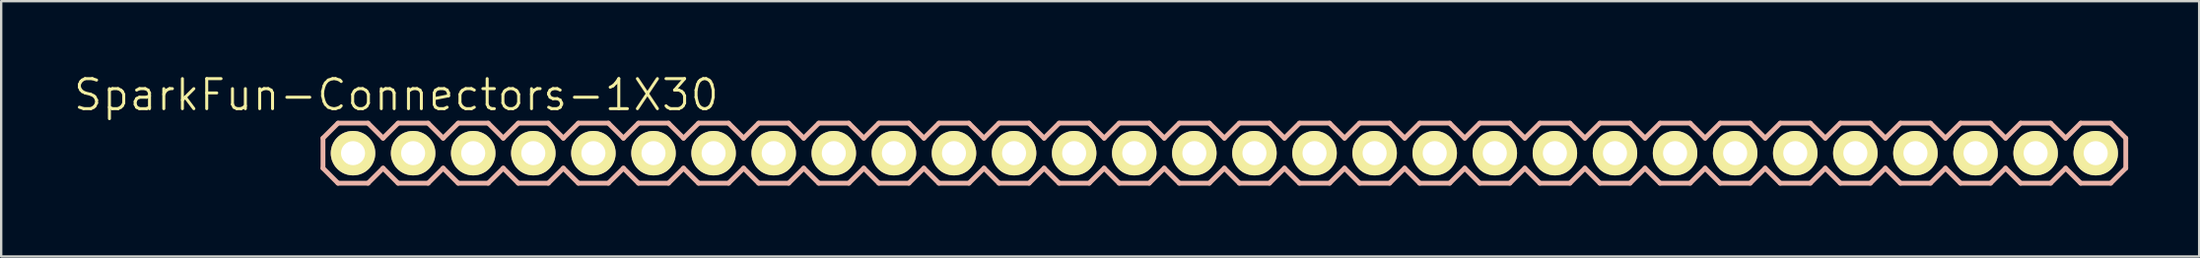
<source format=kicad_pcb>
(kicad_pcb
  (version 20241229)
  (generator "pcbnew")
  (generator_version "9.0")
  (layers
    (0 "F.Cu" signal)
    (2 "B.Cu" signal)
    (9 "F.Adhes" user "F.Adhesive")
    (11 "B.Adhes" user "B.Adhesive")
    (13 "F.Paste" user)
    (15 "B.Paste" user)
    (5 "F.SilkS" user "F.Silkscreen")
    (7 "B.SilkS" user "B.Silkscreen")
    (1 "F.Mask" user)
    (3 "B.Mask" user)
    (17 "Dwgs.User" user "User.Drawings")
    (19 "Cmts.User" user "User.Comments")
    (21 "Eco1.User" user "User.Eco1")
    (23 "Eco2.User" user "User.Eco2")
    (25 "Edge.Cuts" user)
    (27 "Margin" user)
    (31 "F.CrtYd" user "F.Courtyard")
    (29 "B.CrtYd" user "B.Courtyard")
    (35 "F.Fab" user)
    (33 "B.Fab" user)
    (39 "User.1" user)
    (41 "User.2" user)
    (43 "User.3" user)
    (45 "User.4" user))
  (footprint "SparkFun-Connectors-1X30"
    (layer "F.Cu")
    (at 11.872 3.43)
    (property "Reference" "SparkFun-Connectors-1X30" (at 1.829 -2.464 0) (layer "F.SilkS") (effects (font (size 1.27 1.27) (thickness 0.127))))
    (attr exclude_from_pos_files exclude_from_bom)
    (fp_line (start -0.254 -0.254) (end 0.254 -0.254) (stroke (width 0.066) (type solid)) (layer "F.SilkS"))
    (fp_line (start -0.254 0.254) (end -0.254 -0.254) (stroke (width 0.066) (type solid)) (layer "F.SilkS"))
    (fp_line (start -0.254 0.254) (end 0.254 0.254) (stroke (width 0.066) (type solid)) (layer "F.SilkS"))
    (fp_line (start 0.254 0.254) (end 0.254 -0.254) (stroke (width 0.066) (type solid)) (layer "F.SilkS"))
    (fp_line (start 2.286 -0.254) (end 2.794 -0.254) (stroke (width 0.066) (type solid)) (layer "F.SilkS"))
    (fp_line (start 2.286 0.254) (end 2.286 -0.254) (stroke (width 0.066) (type solid)) (layer "F.SilkS"))
    (fp_line (start 2.286 0.254) (end 2.794 0.254) (stroke (width 0.066) (type solid)) (layer "F.SilkS"))
    (fp_line (start 2.794 0.254) (end 2.794 -0.254) (stroke (width 0.066) (type solid)) (layer "F.SilkS"))
    (fp_line (start 4.826 -0.254) (end 5.334 -0.254) (stroke (width 0.066) (type solid)) (layer "F.SilkS"))
    (fp_line (start 4.826 0.254) (end 4.826 -0.254) (stroke (width 0.066) (type solid)) (layer "F.SilkS"))
    (fp_line (start 4.826 0.254) (end 5.334 0.254) (stroke (width 0.066) (type solid)) (layer "F.SilkS"))
    (fp_line (start 5.334 0.254) (end 5.334 -0.254) (stroke (width 0.066) (type solid)) (layer "F.SilkS"))
    (fp_line (start 7.366 -0.254) (end 7.874 -0.254) (stroke (width 0.066) (type solid)) (layer "F.SilkS"))
    (fp_line (start 7.366 0.254) (end 7.366 -0.254) (stroke (width 0.066) (type solid)) (layer "F.SilkS"))
    (fp_line (start 7.366 0.254) (end 7.874 0.254) (stroke (width 0.066) (type solid)) (layer "F.SilkS"))
    (fp_line (start 7.874 0.254) (end 7.874 -0.254) (stroke (width 0.066) (type solid)) (layer "F.SilkS"))
    (fp_line (start 9.906 -0.254) (end 10.414 -0.254) (stroke (width 0.066) (type solid)) (layer "F.SilkS"))
    (fp_line (start 9.906 0.254) (end 9.906 -0.254) (stroke (width 0.066) (type solid)) (layer "F.SilkS"))
    (fp_line (start 9.906 0.254) (end 10.414 0.254) (stroke (width 0.066) (type solid)) (layer "F.SilkS"))
    (fp_line (start 10.414 0.254) (end 10.414 -0.254) (stroke (width 0.066) (type solid)) (layer "F.SilkS"))
    (fp_line (start 12.446 -0.254) (end 12.954 -0.254) (stroke (width 0.066) (type solid)) (layer "F.SilkS"))
    (fp_line (start 12.446 0.254) (end 12.446 -0.254) (stroke (width 0.066) (type solid)) (layer "F.SilkS"))
    (fp_line (start 12.446 0.254) (end 12.954 0.254) (stroke (width 0.066) (type solid)) (layer "F.SilkS"))
    (fp_line (start 12.954 0.254) (end 12.954 -0.254) (stroke (width 0.066) (type solid)) (layer "F.SilkS"))
    (fp_line (start 14.986 -0.254) (end 15.494 -0.254) (stroke (width 0.066) (type solid)) (layer "F.SilkS"))
    (fp_line (start 14.986 0.254) (end 14.986 -0.254) (stroke (width 0.066) (type solid)) (layer "F.SilkS"))
    (fp_line (start 14.986 0.254) (end 15.494 0.254) (stroke (width 0.066) (type solid)) (layer "F.SilkS"))
    (fp_line (start 15.494 0.254) (end 15.494 -0.254) (stroke (width 0.066) (type solid)) (layer "F.SilkS"))
    (fp_line (start 17.523 -0.254) (end 18.034 -0.254) (stroke (width 0.066) (type solid)) (layer "F.SilkS"))
    (fp_line (start 17.523 0.254) (end 17.523 -0.254) (stroke (width 0.066) (type solid)) (layer "F.SilkS"))
    (fp_line (start 17.523 0.254) (end 18.034 0.254) (stroke (width 0.066) (type solid)) (layer "F.SilkS"))
    (fp_line (start 18.034 0.254) (end 18.034 -0.254) (stroke (width 0.066) (type solid)) (layer "F.SilkS"))
    (fp_line (start 20.066 -0.254) (end 20.574 -0.254) (stroke (width 0.066) (type solid)) (layer "F.SilkS"))
    (fp_line (start 20.066 0.254) (end 20.066 -0.254) (stroke (width 0.066) (type solid)) (layer "F.SilkS"))
    (fp_line (start 20.066 0.254) (end 20.574 0.254) (stroke (width 0.066) (type solid)) (layer "F.SilkS"))
    (fp_line (start 20.574 0.254) (end 20.574 -0.254) (stroke (width 0.066) (type solid)) (layer "F.SilkS"))
    (fp_line (start 22.606 -0.254) (end 23.114 -0.254) (stroke (width 0.066) (type solid)) (layer "F.SilkS"))
    (fp_line (start 22.606 0.254) (end 22.606 -0.254) (stroke (width 0.066) (type solid)) (layer "F.SilkS"))
    (fp_line (start 22.606 0.254) (end 23.114 0.254) (stroke (width 0.066) (type solid)) (layer "F.SilkS"))
    (fp_line (start 23.114 0.254) (end 23.114 -0.254) (stroke (width 0.066) (type solid)) (layer "F.SilkS"))
    (fp_line (start 25.146 -0.254) (end 25.654 -0.254) (stroke (width 0.066) (type solid)) (layer "F.SilkS"))
    (fp_line (start 25.146 0.254) (end 25.146 -0.254) (stroke (width 0.066) (type solid)) (layer "F.SilkS"))
    (fp_line (start 25.146 0.254) (end 25.654 0.254) (stroke (width 0.066) (type solid)) (layer "F.SilkS"))
    (fp_line (start 25.654 0.254) (end 25.654 -0.254) (stroke (width 0.066) (type solid)) (layer "F.SilkS"))
    (fp_line (start 27.686 -0.254) (end 28.194 -0.254) (stroke (width 0.066) (type solid)) (layer "F.SilkS"))
    (fp_line (start 27.686 0.254) (end 27.686 -0.254) (stroke (width 0.066) (type solid)) (layer "F.SilkS"))
    (fp_line (start 27.686 0.254) (end 28.194 0.254) (stroke (width 0.066) (type solid)) (layer "F.SilkS"))
    (fp_line (start 28.194 0.254) (end 28.194 -0.254) (stroke (width 0.066) (type solid)) (layer "F.SilkS"))
    (fp_line (start 30.226 -0.254) (end 30.734 -0.254) (stroke (width 0.066) (type solid)) (layer "F.SilkS"))
    (fp_line (start 30.226 0.254) (end 30.226 -0.254) (stroke (width 0.066) (type solid)) (layer "F.SilkS"))
    (fp_line (start 30.226 0.254) (end 30.734 0.254) (stroke (width 0.066) (type solid)) (layer "F.SilkS"))
    (fp_line (start 30.734 0.254) (end 30.734 -0.254) (stroke (width 0.066) (type solid)) (layer "F.SilkS"))
    (fp_line (start 32.766 -0.254) (end 33.274 -0.254) (stroke (width 0.066) (type solid)) (layer "F.SilkS"))
    (fp_line (start 32.766 0.254) (end 32.766 -0.254) (stroke (width 0.066) (type solid)) (layer "F.SilkS"))
    (fp_line (start 32.766 0.254) (end 33.274 0.254) (stroke (width 0.066) (type solid)) (layer "F.SilkS"))
    (fp_line (start 33.274 0.254) (end 33.274 -0.254) (stroke (width 0.066) (type solid)) (layer "F.SilkS"))
    (fp_line (start 35.303 -0.254) (end 35.814 -0.254) (stroke (width 0.066) (type solid)) (layer "F.SilkS"))
    (fp_line (start 35.303 0.254) (end 35.303 -0.254) (stroke (width 0.066) (type solid)) (layer "F.SilkS"))
    (fp_line (start 35.303 0.254) (end 35.814 0.254) (stroke (width 0.066) (type solid)) (layer "F.SilkS"))
    (fp_line (start 35.814 0.254) (end 35.814 -0.254) (stroke (width 0.066) (type solid)) (layer "F.SilkS"))
    (fp_line (start 37.846 -0.254) (end 38.354 -0.254) (stroke (width 0.066) (type solid)) (layer "F.SilkS"))
    (fp_line (start 37.846 0.254) (end 37.846 -0.254) (stroke (width 0.066) (type solid)) (layer "F.SilkS"))
    (fp_line (start 37.846 0.254) (end 38.354 0.254) (stroke (width 0.066) (type solid)) (layer "F.SilkS"))
    (fp_line (start 38.354 0.254) (end 38.354 -0.254) (stroke (width 0.066) (type solid)) (layer "F.SilkS"))
    (fp_line (start 40.386 -0.254) (end 40.894 -0.254) (stroke (width 0.066) (type solid)) (layer "F.SilkS"))
    (fp_line (start 40.386 0.254) (end 40.386 -0.254) (stroke (width 0.066) (type solid)) (layer "F.SilkS"))
    (fp_line (start 40.386 0.254) (end 40.894 0.254) (stroke (width 0.066) (type solid)) (layer "F.SilkS"))
    (fp_line (start 40.894 0.254) (end 40.894 -0.254) (stroke (width 0.066) (type solid)) (layer "F.SilkS"))
    (fp_line (start 42.926 -0.254) (end 43.434 -0.254) (stroke (width 0.066) (type solid)) (layer "F.SilkS"))
    (fp_line (start 42.926 0.254) (end 42.926 -0.254) (stroke (width 0.066) (type solid)) (layer "F.SilkS"))
    (fp_line (start 42.926 0.254) (end 43.434 0.254) (stroke (width 0.066) (type solid)) (layer "F.SilkS"))
    (fp_line (start 43.434 0.254) (end 43.434 -0.254) (stroke (width 0.066) (type solid)) (layer "F.SilkS"))
    (fp_line (start 45.466 -0.254) (end 45.974 -0.254) (stroke (width 0.066) (type solid)) (layer "F.SilkS"))
    (fp_line (start 45.466 0.254) (end 45.466 -0.254) (stroke (width 0.066) (type solid)) (layer "F.SilkS"))
    (fp_line (start 45.466 0.254) (end 45.974 0.254) (stroke (width 0.066) (type solid)) (layer "F.SilkS"))
    (fp_line (start 45.974 0.254) (end 45.974 -0.254) (stroke (width 0.066) (type solid)) (layer "F.SilkS"))
    (fp_line (start 48.006 -0.254) (end 48.514 -0.254) (stroke (width 0.066) (type solid)) (layer "F.SilkS"))
    (fp_line (start 48.006 0.254) (end 48.006 -0.254) (stroke (width 0.066) (type solid)) (layer "F.SilkS"))
    (fp_line (start 48.006 0.254) (end 48.514 0.254) (stroke (width 0.066) (type solid)) (layer "F.SilkS"))
    (fp_line (start 48.514 0.254) (end 48.514 -0.254) (stroke (width 0.066) (type solid)) (layer "F.SilkS"))
    (fp_line (start 50.546 -0.254) (end 51.051 -0.254) (stroke (width 0.066) (type solid)) (layer "F.SilkS"))
    (fp_line (start 50.546 0.254) (end 50.546 -0.254) (stroke (width 0.066) (type solid)) (layer "F.SilkS"))
    (fp_line (start 50.546 0.254) (end 51.051 0.254) (stroke (width 0.066) (type solid)) (layer "F.SilkS"))
    (fp_line (start 51.051 0.254) (end 51.051 -0.254) (stroke (width 0.066) (type solid)) (layer "F.SilkS"))
    (fp_line (start 53.086 -0.254) (end 53.594 -0.254) (stroke (width 0.066) (type solid)) (layer "F.SilkS"))
    (fp_line (start 53.086 0.254) (end 53.086 -0.254) (stroke (width 0.066) (type solid)) (layer "F.SilkS"))
    (fp_line (start 53.086 0.254) (end 53.594 0.254) (stroke (width 0.066) (type solid)) (layer "F.SilkS"))
    (fp_line (start 53.594 0.254) (end 53.594 -0.254) (stroke (width 0.066) (type solid)) (layer "F.SilkS"))
    (fp_line (start 55.626 -0.254) (end 56.134 -0.254) (stroke (width 0.066) (type solid)) (layer "F.SilkS"))
    (fp_line (start 55.626 0.254) (end 55.626 -0.254) (stroke (width 0.066) (type solid)) (layer "F.SilkS"))
    (fp_line (start 55.626 0.254) (end 56.134 0.254) (stroke (width 0.066) (type solid)) (layer "F.SilkS"))
    (fp_line (start 56.134 0.254) (end 56.134 -0.254) (stroke (width 0.066) (type solid)) (layer "F.SilkS"))
    (fp_line (start 58.166 -0.254) (end 58.674 -0.254) (stroke (width 0.066) (type solid)) (layer "F.SilkS"))
    (fp_line (start 58.166 0.254) (end 58.166 -0.254) (stroke (width 0.066) (type solid)) (layer "F.SilkS"))
    (fp_line (start 58.166 0.254) (end 58.674 0.254) (stroke (width 0.066) (type solid)) (layer "F.SilkS"))
    (fp_line (start 58.674 0.254) (end 58.674 -0.254) (stroke (width 0.066) (type solid)) (layer "F.SilkS"))
    (fp_line (start 60.706 -0.254) (end 61.214 -0.254) (stroke (width 0.066) (type solid)) (layer "F.SilkS"))
    (fp_line (start 60.706 0.254) (end 60.706 -0.254) (stroke (width 0.066) (type solid)) (layer "F.SilkS"))
    (fp_line (start 60.706 0.254) (end 61.214 0.254) (stroke (width 0.066) (type solid)) (layer "F.SilkS"))
    (fp_line (start 61.214 0.254) (end 61.214 -0.254) (stroke (width 0.066) (type solid)) (layer "F.SilkS"))
    (fp_line (start 63.246 -0.254) (end 63.751 -0.254) (stroke (width 0.066) (type solid)) (layer "F.SilkS"))
    (fp_line (start 63.246 0.254) (end 63.246 -0.254) (stroke (width 0.066) (type solid)) (layer "F.SilkS"))
    (fp_line (start 63.246 0.254) (end 63.751 0.254) (stroke (width 0.066) (type solid)) (layer "F.SilkS"))
    (fp_line (start 63.751 0.254) (end 63.751 -0.254) (stroke (width 0.066) (type solid)) (layer "F.SilkS"))
    (fp_line (start 65.786 -0.254) (end 66.294 -0.254) (stroke (width 0.066) (type solid)) (layer "F.SilkS"))
    (fp_line (start 65.786 0.254) (end 65.786 -0.254) (stroke (width 0.066) (type solid)) (layer "F.SilkS"))
    (fp_line (start 65.786 0.254) (end 66.294 0.254) (stroke (width 0.066) (type solid)) (layer "F.SilkS"))
    (fp_line (start 66.294 0.254) (end 66.294 -0.254) (stroke (width 0.066) (type solid)) (layer "F.SilkS"))
    (fp_line (start 68.326 -0.254) (end 68.834 -0.254) (stroke (width 0.066) (type solid)) (layer "F.SilkS"))
    (fp_line (start 68.326 0.254) (end 68.326 -0.254) (stroke (width 0.066) (type solid)) (layer "F.SilkS"))
    (fp_line (start 68.326 0.254) (end 68.834 0.254) (stroke (width 0.066) (type solid)) (layer "F.SilkS"))
    (fp_line (start 68.834 0.254) (end 68.834 -0.254) (stroke (width 0.066) (type solid)) (layer "F.SilkS"))
    (fp_line (start 70.866 -0.254) (end 71.374 -0.254) (stroke (width 0.066) (type solid)) (layer "F.SilkS"))
    (fp_line (start 70.866 0.254) (end 70.866 -0.254) (stroke (width 0.066) (type solid)) (layer "F.SilkS"))
    (fp_line (start 70.866 0.254) (end 71.374 0.254) (stroke (width 0.066) (type solid)) (layer "F.SilkS"))
    (fp_line (start 71.374 0.254) (end 71.374 -0.254) (stroke (width 0.066) (type solid)) (layer "F.SilkS"))
    (fp_line (start 73.406 -0.254) (end 73.914 -0.254) (stroke (width 0.066) (type solid)) (layer "F.SilkS"))
    (fp_line (start 73.406 0.254) (end 73.406 -0.254) (stroke (width 0.066) (type solid)) (layer "F.SilkS"))
    (fp_line (start 73.406 0.254) (end 73.914 0.254) (stroke (width 0.066) (type solid)) (layer "F.SilkS"))
    (fp_line (start 73.914 0.254) (end 73.914 -0.254) (stroke (width 0.066) (type solid)) (layer "F.SilkS"))
    (fp_line (start -1.27 -0.635) (end -1.27 0.635) (stroke (width 0.203) (type solid)) (layer "B.SilkS"))
    (fp_line (start -1.27 0.635) (end -0.635 1.27) (stroke (width 0.203) (type solid)) (layer "B.SilkS"))
    (fp_line (start -0.635 -1.27) (end -1.27 -0.635) (stroke (width 0.203) (type solid)) (layer "B.SilkS"))
    (fp_line (start -0.635 -1.27) (end 0.635 -1.27) (stroke (width 0.203) (type solid)) (layer "B.SilkS"))
    (fp_line (start 0.635 -1.27) (end 1.27 -0.635) (stroke (width 0.203) (type solid)) (layer "B.SilkS"))
    (fp_line (start 0.635 1.27) (end -0.635 1.27) (stroke (width 0.203) (type solid)) (layer "B.SilkS"))
    (fp_line (start 1.27 -0.635) (end 1.905 -1.27) (stroke (width 0.203) (type solid)) (layer "B.SilkS"))
    (fp_line (start 1.27 0.635) (end 0.635 1.27) (stroke (width 0.203) (type solid)) (layer "B.SilkS"))
    (fp_line (start 1.905 -1.27) (end 3.175 -1.27) (stroke (width 0.203) (type solid)) (layer "B.SilkS"))
    (fp_line (start 1.905 1.27) (end 1.27 0.635) (stroke (width 0.203) (type solid)) (layer "B.SilkS"))
    (fp_line (start 3.175 -1.27) (end 3.81 -0.635) (stroke (width 0.203) (type solid)) (layer "B.SilkS"))
    (fp_line (start 3.175 1.27) (end 1.905 1.27) (stroke (width 0.203) (type solid)) (layer "B.SilkS"))
    (fp_line (start 3.81 -0.635) (end 4.445 -1.27) (stroke (width 0.203) (type solid)) (layer "B.SilkS"))
    (fp_line (start 3.81 0.635) (end 3.175 1.27) (stroke (width 0.203) (type solid)) (layer "B.SilkS"))
    (fp_line (start 4.445 -1.27) (end 5.715 -1.27) (stroke (width 0.203) (type solid)) (layer "B.SilkS"))
    (fp_line (start 4.445 1.27) (end 3.81 0.635) (stroke (width 0.203) (type solid)) (layer "B.SilkS"))
    (fp_line (start 5.715 -1.27) (end 6.35 -0.635) (stroke (width 0.203) (type solid)) (layer "B.SilkS"))
    (fp_line (start 5.715 1.27) (end 4.445 1.27) (stroke (width 0.203) (type solid)) (layer "B.SilkS"))
    (fp_line (start 6.35 0.635) (end 5.715 1.27) (stroke (width 0.203) (type solid)) (layer "B.SilkS"))
    (fp_line (start 6.35 0.635) (end 6.985 1.27) (stroke (width 0.203) (type solid)) (layer "B.SilkS"))
    (fp_line (start 6.985 -1.27) (end 6.35 -0.635) (stroke (width 0.203) (type solid)) (layer "B.SilkS"))
    (fp_line (start 6.985 -1.27) (end 8.255 -1.27) (stroke (width 0.203) (type solid)) (layer "B.SilkS"))
    (fp_line (start 8.255 -1.27) (end 8.89 -0.635) (stroke (width 0.203) (type solid)) (layer "B.SilkS"))
    (fp_line (start 8.255 1.27) (end 6.985 1.27) (stroke (width 0.203) (type solid)) (layer "B.SilkS"))
    (fp_line (start 8.89 -0.635) (end 9.525 -1.27) (stroke (width 0.203) (type solid)) (layer "B.SilkS"))
    (fp_line (start 8.89 0.635) (end 8.255 1.27) (stroke (width 0.203) (type solid)) (layer "B.SilkS"))
    (fp_line (start 9.525 -1.27) (end 10.795 -1.27) (stroke (width 0.203) (type solid)) (layer "B.SilkS"))
    (fp_line (start 9.525 1.27) (end 8.89 0.635) (stroke (width 0.203) (type solid)) (layer "B.SilkS"))
    (fp_line (start 10.795 -1.27) (end 11.43 -0.635) (stroke (width 0.203) (type solid)) (layer "B.SilkS"))
    (fp_line (start 10.795 1.27) (end 9.525 1.27) (stroke (width 0.203) (type solid)) (layer "B.SilkS"))
    (fp_line (start 11.43 -0.635) (end 12.065 -1.27) (stroke (width 0.203) (type solid)) (layer "B.SilkS"))
    (fp_line (start 11.43 0.635) (end 10.795 1.27) (stroke (width 0.203) (type solid)) (layer "B.SilkS"))
    (fp_line (start 12.065 -1.27) (end 13.335 -1.27) (stroke (width 0.203) (type solid)) (layer "B.SilkS"))
    (fp_line (start 12.065 1.27) (end 11.43 0.635) (stroke (width 0.203) (type solid)) (layer "B.SilkS"))
    (fp_line (start 13.335 -1.27) (end 13.97 -0.635) (stroke (width 0.203) (type solid)) (layer "B.SilkS"))
    (fp_line (start 13.335 1.27) (end 12.065 1.27) (stroke (width 0.203) (type solid)) (layer "B.SilkS"))
    (fp_line (start 13.97 0.635) (end 13.335 1.27) (stroke (width 0.203) (type solid)) (layer "B.SilkS"))
    (fp_line (start 13.97 0.635) (end 14.605 1.27) (stroke (width 0.203) (type solid)) (layer "B.SilkS"))
    (fp_line (start 14.605 -1.27) (end 13.97 -0.635) (stroke (width 0.203) (type solid)) (layer "B.SilkS"))
    (fp_line (start 14.605 -1.27) (end 15.875 -1.27) (stroke (width 0.203) (type solid)) (layer "B.SilkS"))
    (fp_line (start 15.875 -1.27) (end 16.51 -0.635) (stroke (width 0.203) (type solid)) (layer "B.SilkS"))
    (fp_line (start 15.875 1.27) (end 14.605 1.27) (stroke (width 0.203) (type solid)) (layer "B.SilkS"))
    (fp_line (start 16.51 0.635) (end 15.875 1.27) (stroke (width 0.203) (type solid)) (layer "B.SilkS"))
    (fp_line (start 16.51 0.635) (end 17.145 1.27) (stroke (width 0.203) (type solid)) (layer "B.SilkS"))
    (fp_line (start 17.145 -1.27) (end 16.51 -0.635) (stroke (width 0.203) (type solid)) (layer "B.SilkS"))
    (fp_line (start 17.145 -1.27) (end 18.415 -1.27) (stroke (width 0.203) (type solid)) (layer "B.SilkS"))
    (fp_line (start 18.415 -1.27) (end 19.05 -0.635) (stroke (width 0.203) (type solid)) (layer "B.SilkS"))
    (fp_line (start 18.415 1.27) (end 17.145 1.27) (stroke (width 0.203) (type solid)) (layer "B.SilkS"))
    (fp_line (start 19.05 -0.635) (end 19.685 -1.27) (stroke (width 0.203) (type solid)) (layer "B.SilkS"))
    (fp_line (start 19.05 0.635) (end 18.415 1.27) (stroke (width 0.203) (type solid)) (layer "B.SilkS"))
    (fp_line (start 19.685 -1.27) (end 20.955 -1.27) (stroke (width 0.203) (type solid)) (layer "B.SilkS"))
    (fp_line (start 19.685 1.27) (end 19.05 0.635) (stroke (width 0.203) (type solid)) (layer "B.SilkS"))
    (fp_line (start 20.955 -1.27) (end 21.59 -0.635) (stroke (width 0.203) (type solid)) (layer "B.SilkS"))
    (fp_line (start 20.955 1.27) (end 19.685 1.27) (stroke (width 0.203) (type solid)) (layer "B.SilkS"))
    (fp_line (start 21.59 -0.635) (end 22.225 -1.27) (stroke (width 0.203) (type solid)) (layer "B.SilkS"))
    (fp_line (start 21.59 0.635) (end 20.955 1.27) (stroke (width 0.203) (type solid)) (layer "B.SilkS"))
    (fp_line (start 22.225 -1.27) (end 23.495 -1.27) (stroke (width 0.203) (type solid)) (layer "B.SilkS"))
    (fp_line (start 22.225 1.27) (end 21.59 0.635) (stroke (width 0.203) (type solid)) (layer "B.SilkS"))
    (fp_line (start 23.495 -1.27) (end 24.13 -0.635) (stroke (width 0.203) (type solid)) (layer "B.SilkS"))
    (fp_line (start 23.495 1.27) (end 22.225 1.27) (stroke (width 0.203) (type solid)) (layer "B.SilkS"))
    (fp_line (start 24.13 0.635) (end 23.495 1.27) (stroke (width 0.203) (type solid)) (layer "B.SilkS"))
    (fp_line (start 24.13 0.635) (end 24.765 1.27) (stroke (width 0.203) (type solid)) (layer "B.SilkS"))
    (fp_line (start 24.765 -1.27) (end 24.13 -0.635) (stroke (width 0.203) (type solid)) (layer "B.SilkS"))
    (fp_line (start 24.765 -1.27) (end 26.035 -1.27) (stroke (width 0.203) (type solid)) (layer "B.SilkS"))
    (fp_line (start 26.035 -1.27) (end 26.67 -0.635) (stroke (width 0.203) (type solid)) (layer "B.SilkS"))
    (fp_line (start 26.035 1.27) (end 24.765 1.27) (stroke (width 0.203) (type solid)) (layer "B.SilkS"))
    (fp_line (start 26.67 -0.635) (end 27.305 -1.27) (stroke (width 0.203) (type solid)) (layer "B.SilkS"))
    (fp_line (start 26.67 0.635) (end 26.035 1.27) (stroke (width 0.203) (type solid)) (layer "B.SilkS"))
    (fp_line (start 27.305 -1.27) (end 28.575 -1.27) (stroke (width 0.203) (type solid)) (layer "B.SilkS"))
    (fp_line (start 27.305 1.27) (end 26.67 0.635) (stroke (width 0.203) (type solid)) (layer "B.SilkS"))
    (fp_line (start 28.575 -1.27) (end 29.21 -0.635) (stroke (width 0.203) (type solid)) (layer "B.SilkS"))
    (fp_line (start 28.575 1.27) (end 27.305 1.27) (stroke (width 0.203) (type solid)) (layer "B.SilkS"))
    (fp_line (start 29.21 -0.635) (end 29.845 -1.27) (stroke (width 0.203) (type solid)) (layer "B.SilkS"))
    (fp_line (start 29.21 0.635) (end 28.575 1.27) (stroke (width 0.203) (type solid)) (layer "B.SilkS"))
    (fp_line (start 29.845 -1.27) (end 31.115 -1.27) (stroke (width 0.203) (type solid)) (layer "B.SilkS"))
    (fp_line (start 29.845 1.27) (end 29.21 0.635) (stroke (width 0.203) (type solid)) (layer "B.SilkS"))
    (fp_line (start 31.115 -1.27) (end 31.75 -0.635) (stroke (width 0.203) (type solid)) (layer "B.SilkS"))
    (fp_line (start 31.115 1.27) (end 29.845 1.27) (stroke (width 0.203) (type solid)) (layer "B.SilkS"))
    (fp_line (start 31.75 0.635) (end 31.115 1.27) (stroke (width 0.203) (type solid)) (layer "B.SilkS"))
    (fp_line (start 31.75 0.635) (end 32.385 1.27) (stroke (width 0.203) (type solid)) (layer "B.SilkS"))
    (fp_line (start 32.385 -1.27) (end 31.75 -0.635) (stroke (width 0.203) (type solid)) (layer "B.SilkS"))
    (fp_line (start 32.385 -1.27) (end 33.655 -1.27) (stroke (width 0.203) (type solid)) (layer "B.SilkS"))
    (fp_line (start 33.655 -1.27) (end 34.29 -0.635) (stroke (width 0.203) (type solid)) (layer "B.SilkS"))
    (fp_line (start 33.655 1.27) (end 32.385 1.27) (stroke (width 0.203) (type solid)) (layer "B.SilkS"))
    (fp_line (start 34.29 0.635) (end 33.655 1.27) (stroke (width 0.203) (type solid)) (layer "B.SilkS"))
    (fp_line (start 34.29 0.635) (end 34.925 1.27) (stroke (width 0.203) (type solid)) (layer "B.SilkS"))
    (fp_line (start 34.925 -1.27) (end 34.29 -0.635) (stroke (width 0.203) (type solid)) (layer "B.SilkS"))
    (fp_line (start 34.925 -1.27) (end 36.195 -1.27) (stroke (width 0.203) (type solid)) (layer "B.SilkS"))
    (fp_line (start 36.195 -1.27) (end 36.83 -0.635) (stroke (width 0.203) (type solid)) (layer "B.SilkS"))
    (fp_line (start 36.195 1.27) (end 34.925 1.27) (stroke (width 0.203) (type solid)) (layer "B.SilkS"))
    (fp_line (start 36.83 0.635) (end 36.195 1.27) (stroke (width 0.203) (type solid)) (layer "B.SilkS"))
    (fp_line (start 36.83 0.635) (end 37.465 1.27) (stroke (width 0.203) (type solid)) (layer "B.SilkS"))
    (fp_line (start 37.465 -1.27) (end 36.83 -0.635) (stroke (width 0.203) (type solid)) (layer "B.SilkS"))
    (fp_line (start 37.465 -1.27) (end 38.735 -1.27) (stroke (width 0.203) (type solid)) (layer "B.SilkS"))
    (fp_line (start 38.735 -1.27) (end 39.37 -0.635) (stroke (width 0.203) (type solid)) (layer "B.SilkS"))
    (fp_line (start 38.735 1.27) (end 37.465 1.27) (stroke (width 0.203) (type solid)) (layer "B.SilkS"))
    (fp_line (start 39.37 0.635) (end 38.735 1.27) (stroke (width 0.203) (type solid)) (layer "B.SilkS"))
    (fp_line (start 39.37 0.635) (end 40.005 1.27) (stroke (width 0.203) (type solid)) (layer "B.SilkS"))
    (fp_line (start 40.005 -1.27) (end 39.37 -0.635) (stroke (width 0.203) (type solid)) (layer "B.SilkS"))
    (fp_line (start 40.005 -1.27) (end 41.275 -1.27) (stroke (width 0.203) (type solid)) (layer "B.SilkS"))
    (fp_line (start 41.275 -1.27) (end 41.91 -0.635) (stroke (width 0.203) (type solid)) (layer "B.SilkS"))
    (fp_line (start 41.275 1.27) (end 40.005 1.27) (stroke (width 0.203) (type solid)) (layer "B.SilkS"))
    (fp_line (start 41.91 0.635) (end 41.275 1.27) (stroke (width 0.203) (type solid)) (layer "B.SilkS"))
    (fp_line (start 41.91 0.635) (end 42.545 1.27) (stroke (width 0.203) (type solid)) (layer "B.SilkS"))
    (fp_line (start 42.545 -1.27) (end 41.91 -0.635) (stroke (width 0.203) (type solid)) (layer "B.SilkS"))
    (fp_line (start 42.545 -1.27) (end 43.815 -1.27) (stroke (width 0.203) (type solid)) (layer "B.SilkS"))
    (fp_line (start 43.815 -1.27) (end 44.45 -0.635) (stroke (width 0.203) (type solid)) (layer "B.SilkS"))
    (fp_line (start 43.815 1.27) (end 42.545 1.27) (stroke (width 0.203) (type solid)) (layer "B.SilkS"))
    (fp_line (start 44.45 0.635) (end 43.815 1.27) (stroke (width 0.203) (type solid)) (layer "B.SilkS"))
    (fp_line (start 44.45 0.635) (end 45.085 1.27) (stroke (width 0.203) (type solid)) (layer "B.SilkS"))
    (fp_line (start 45.085 -1.27) (end 44.45 -0.635) (stroke (width 0.203) (type solid)) (layer "B.SilkS"))
    (fp_line (start 45.085 -1.27) (end 46.355 -1.27) (stroke (width 0.203) (type solid)) (layer "B.SilkS"))
    (fp_line (start 46.355 -1.27) (end 46.99 -0.635) (stroke (width 0.203) (type solid)) (layer "B.SilkS"))
    (fp_line (start 46.355 1.27) (end 45.085 1.27) (stroke (width 0.203) (type solid)) (layer "B.SilkS"))
    (fp_line (start 46.99 0.635) (end 46.355 1.27) (stroke (width 0.203) (type solid)) (layer "B.SilkS"))
    (fp_line (start 46.99 0.635) (end 47.625 1.27) (stroke (width 0.203) (type solid)) (layer "B.SilkS"))
    (fp_line (start 47.625 -1.27) (end 46.99 -0.635) (stroke (width 0.203) (type solid)) (layer "B.SilkS"))
    (fp_line (start 47.625 -1.27) (end 48.895 -1.27) (stroke (width 0.203) (type solid)) (layer "B.SilkS"))
    (fp_line (start 48.895 -1.27) (end 49.53 -0.635) (stroke (width 0.203) (type solid)) (layer "B.SilkS"))
    (fp_line (start 48.895 1.27) (end 47.625 1.27) (stroke (width 0.203) (type solid)) (layer "B.SilkS"))
    (fp_line (start 49.53 0.635) (end 48.895 1.27) (stroke (width 0.203) (type solid)) (layer "B.SilkS"))
    (fp_line (start 49.53 0.635) (end 50.165 1.27) (stroke (width 0.203) (type solid)) (layer "B.SilkS"))
    (fp_line (start 50.165 -1.27) (end 49.53 -0.635) (stroke (width 0.203) (type solid)) (layer "B.SilkS"))
    (fp_line (start 50.165 -1.27) (end 51.435 -1.27) (stroke (width 0.203) (type solid)) (layer "B.SilkS"))
    (fp_line (start 51.435 -1.27) (end 52.07 -0.635) (stroke (width 0.203) (type solid)) (layer "B.SilkS"))
    (fp_line (start 51.435 1.27) (end 50.165 1.27) (stroke (width 0.203) (type solid)) (layer "B.SilkS"))
    (fp_line (start 52.07 0.635) (end 51.435 1.27) (stroke (width 0.203) (type solid)) (layer "B.SilkS"))
    (fp_line (start 52.07 0.635) (end 52.705 1.27) (stroke (width 0.203) (type solid)) (layer "B.SilkS"))
    (fp_line (start 52.705 -1.27) (end 52.07 -0.635) (stroke (width 0.203) (type solid)) (layer "B.SilkS"))
    (fp_line (start 52.705 -1.27) (end 53.975 -1.27) (stroke (width 0.203) (type solid)) (layer "B.SilkS"))
    (fp_line (start 53.975 -1.27) (end 54.61 -0.635) (stroke (width 0.203) (type solid)) (layer "B.SilkS"))
    (fp_line (start 53.975 1.27) (end 52.705 1.27) (stroke (width 0.203) (type solid)) (layer "B.SilkS"))
    (fp_line (start 54.61 0.635) (end 53.975 1.27) (stroke (width 0.203) (type solid)) (layer "B.SilkS"))
    (fp_line (start 54.61 0.635) (end 55.245 1.27) (stroke (width 0.203) (type solid)) (layer "B.SilkS"))
    (fp_line (start 55.245 -1.27) (end 54.61 -0.635) (stroke (width 0.203) (type solid)) (layer "B.SilkS"))
    (fp_line (start 55.245 -1.27) (end 56.515 -1.27) (stroke (width 0.203) (type solid)) (layer "B.SilkS"))
    (fp_line (start 56.515 -1.27) (end 57.15 -0.635) (stroke (width 0.203) (type solid)) (layer "B.SilkS"))
    (fp_line (start 56.515 1.27) (end 55.245 1.27) (stroke (width 0.203) (type solid)) (layer "B.SilkS"))
    (fp_line (start 57.15 -0.635) (end 57.785 -1.27) (stroke (width 0.203) (type solid)) (layer "B.SilkS"))
    (fp_line (start 57.15 0.635) (end 56.515 1.27) (stroke (width 0.203) (type solid)) (layer "B.SilkS"))
    (fp_line (start 57.15 0.635) (end 57.785 1.27) (stroke (width 0.203) (type solid)) (layer "B.SilkS"))
    (fp_line (start 57.785 -1.27) (end 59.055 -1.27) (stroke (width 0.203) (type solid)) (layer "B.SilkS"))
    (fp_line (start 59.055 -1.27) (end 59.69 -0.635) (stroke (width 0.203) (type solid)) (layer "B.SilkS"))
    (fp_line (start 59.055 1.27) (end 57.785 1.27) (stroke (width 0.203) (type solid)) (layer "B.SilkS"))
    (fp_line (start 59.69 0.635) (end 59.055 1.27) (stroke (width 0.203) (type solid)) (layer "B.SilkS"))
    (fp_line (start 59.69 0.635) (end 60.325 1.27) (stroke (width 0.203) (type solid)) (layer "B.SilkS"))
    (fp_line (start 60.325 -1.27) (end 59.69 -0.635) (stroke (width 0.203) (type solid)) (layer "B.SilkS"))
    (fp_line (start 60.325 -1.27) (end 61.595 -1.27) (stroke (width 0.203) (type solid)) (layer "B.SilkS"))
    (fp_line (start 61.595 -1.27) (end 62.23 -0.635) (stroke (width 0.203) (type solid)) (layer "B.SilkS"))
    (fp_line (start 61.595 1.27) (end 60.325 1.27) (stroke (width 0.203) (type solid)) (layer "B.SilkS"))
    (fp_line (start 62.23 -0.635) (end 62.865 -1.27) (stroke (width 0.203) (type solid)) (layer "B.SilkS"))
    (fp_line (start 62.23 0.635) (end 61.595 1.27) (stroke (width 0.203) (type solid)) (layer "B.SilkS"))
    (fp_line (start 62.23 0.635) (end 62.865 1.27) (stroke (width 0.203) (type solid)) (layer "B.SilkS"))
    (fp_line (start 62.865 -1.27) (end 64.135 -1.27) (stroke (width 0.203) (type solid)) (layer "B.SilkS"))
    (fp_line (start 64.135 -1.27) (end 64.77 -0.635) (stroke (width 0.203) (type solid)) (layer "B.SilkS"))
    (fp_line (start 64.135 1.27) (end 62.865 1.27) (stroke (width 0.203) (type solid)) (layer "B.SilkS"))
    (fp_line (start 64.77 0.635) (end 64.135 1.27) (stroke (width 0.203) (type solid)) (layer "B.SilkS"))
    (fp_line (start 64.77 0.635) (end 65.405 1.27) (stroke (width 0.203) (type solid)) (layer "B.SilkS"))
    (fp_line (start 65.405 -1.27) (end 64.77 -0.635) (stroke (width 0.203) (type solid)) (layer "B.SilkS"))
    (fp_line (start 65.405 -1.27) (end 66.675 -1.27) (stroke (width 0.203) (type solid)) (layer "B.SilkS"))
    (fp_line (start 66.675 -1.27) (end 67.31 -0.635) (stroke (width 0.203) (type solid)) (layer "B.SilkS"))
    (fp_line (start 66.675 1.27) (end 65.405 1.27) (stroke (width 0.203) (type solid)) (layer "B.SilkS"))
    (fp_line (start 67.31 -0.635) (end 67.945 -1.27) (stroke (width 0.203) (type solid)) (layer "B.SilkS"))
    (fp_line (start 67.31 0.635) (end 66.675 1.27) (stroke (width 0.203) (type solid)) (layer "B.SilkS"))
    (fp_line (start 67.31 0.635) (end 67.945 1.27) (stroke (width 0.203) (type solid)) (layer "B.SilkS"))
    (fp_line (start 67.945 -1.27) (end 69.215 -1.27) (stroke (width 0.203) (type solid)) (layer "B.SilkS"))
    (fp_line (start 69.215 -1.27) (end 69.85 -0.635) (stroke (width 0.203) (type solid)) (layer "B.SilkS"))
    (fp_line (start 69.215 1.27) (end 67.945 1.27) (stroke (width 0.203) (type solid)) (layer "B.SilkS"))
    (fp_line (start 69.85 0.635) (end 69.215 1.27) (stroke (width 0.203) (type solid)) (layer "B.SilkS"))
    (fp_line (start 69.85 0.635) (end 70.485 1.27) (stroke (width 0.203) (type solid)) (layer "B.SilkS"))
    (fp_line (start 70.485 -1.27) (end 69.85 -0.635) (stroke (width 0.203) (type solid)) (layer "B.SilkS"))
    (fp_line (start 70.485 -1.27) (end 71.755 -1.27) (stroke (width 0.203) (type solid)) (layer "B.SilkS"))
    (fp_line (start 71.755 -1.27) (end 72.39 -0.635) (stroke (width 0.203) (type solid)) (layer "B.SilkS"))
    (fp_line (start 71.755 1.27) (end 70.485 1.27) (stroke (width 0.203) (type solid)) (layer "B.SilkS"))
    (fp_line (start 72.39 0.635) (end 71.755 1.27) (stroke (width 0.203) (type solid)) (layer "B.SilkS"))
    (fp_line (start 72.39 0.635) (end 73.025 1.27) (stroke (width 0.203) (type solid)) (layer "B.SilkS"))
    (fp_line (start 73.025 -1.27) (end 72.39 -0.635) (stroke (width 0.203) (type solid)) (layer "B.SilkS"))
    (fp_line (start 73.025 -1.27) (end 74.295 -1.27) (stroke (width 0.203) (type solid)) (layer "B.SilkS"))
    (fp_line (start 74.295 -1.27) (end 74.93 -0.635) (stroke (width 0.203) (type solid)) (layer "B.SilkS"))
    (fp_line (start 74.295 1.27) (end 73.025 1.27) (stroke (width 0.203) (type solid)) (layer "B.SilkS"))
    (fp_line (start 74.93 -0.635) (end 74.93 0.635) (stroke (width 0.203) (type solid)) (layer "B.SilkS"))
    (fp_line (start 74.93 0.635) (end 74.295 1.27) (stroke (width 0.203) (type solid)) (layer "B.SilkS"))
    (pad "1" thru_hole circle (at 0 0) (size 1.88 1.88) (drill 1.016) (layers "*.Cu" "F.Mask" "F.SilkS" "F.Paste"))
    (pad "2" thru_hole circle (at 2.54 0) (size 1.88 1.88) (drill 1.016) (layers "*.Cu" "F.Mask" "F.SilkS" "F.Paste"))
    (pad "3" thru_hole circle (at 5.08 0) (size 1.88 1.88) (drill 1.016) (layers "*.Cu" "F.Mask" "F.SilkS" "F.Paste"))
    (pad "4" thru_hole circle (at 7.62 0) (size 1.88 1.88) (drill 1.016) (layers "*.Cu" "F.Mask" "F.SilkS" "F.Paste"))
    (pad "5" thru_hole circle (at 10.16 0) (size 1.88 1.88) (drill 1.016) (layers "*.Cu" "F.Mask" "F.SilkS" "F.Paste"))
    (pad "6" thru_hole circle (at 12.7 0) (size 1.88 1.88) (drill 1.016) (layers "*.Cu" "F.Mask" "F.SilkS" "F.Paste"))
    (pad "7" thru_hole circle (at 15.24 0) (size 1.88 1.88) (drill 1.016) (layers "*.Cu" "F.Mask" "F.SilkS" "F.Paste"))
    (pad "8" thru_hole circle (at 17.78 0) (size 1.88 1.88) (drill 1.016) (layers "*.Cu" "F.Mask" "F.SilkS" "F.Paste"))
    (pad "9" thru_hole circle (at 20.32 0) (size 1.88 1.88) (drill 1.016) (layers "*.Cu" "F.Mask" "F.SilkS" "F.Paste"))
    (pad "10" thru_hole circle (at 22.86 0) (size 1.88 1.88) (drill 1.016) (layers "*.Cu" "F.Mask" "F.SilkS" "F.Paste"))
    (pad "11" thru_hole circle (at 25.4 0) (size 1.88 1.88) (drill 1.016) (layers "*.Cu" "F.Mask" "F.SilkS" "F.Paste"))
    (pad "12" thru_hole circle (at 27.94 0) (size 1.88 1.88) (drill 1.016) (layers "*.Cu" "F.Mask" "F.SilkS" "F.Paste"))
    (pad "13" thru_hole circle (at 30.48 0) (size 1.88 1.88) (drill 1.016) (layers "*.Cu" "F.Mask" "F.SilkS" "F.Paste"))
    (pad "14" thru_hole circle (at 33.02 0) (size 1.88 1.88) (drill 1.016) (layers "*.Cu" "F.Mask" "F.SilkS" "F.Paste"))
    (pad "15" thru_hole circle (at 35.56 0) (size 1.88 1.88) (drill 1.016) (layers "*.Cu" "F.Mask" "F.SilkS" "F.Paste"))
    (pad "16" thru_hole circle (at 38.1 0) (size 1.88 1.88) (drill 1.016) (layers "*.Cu" "F.Mask" "F.SilkS" "F.Paste"))
    (pad "17" thru_hole circle (at 40.64 0) (size 1.88 1.88) (drill 1.016) (layers "*.Cu" "F.Mask" "F.SilkS" "F.Paste"))
    (pad "18" thru_hole circle (at 43.18 0) (size 1.88 1.88) (drill 1.016) (layers "*.Cu" "F.Mask" "F.SilkS" "F.Paste"))
    (pad "19" thru_hole circle (at 45.72 0) (size 1.88 1.88) (drill 1.016) (layers "*.Cu" "F.Mask" "F.SilkS" "F.Paste"))
    (pad "20" thru_hole circle (at 48.26 0) (size 1.88 1.88) (drill 1.016) (layers "*.Cu" "F.Mask" "F.SilkS" "F.Paste"))
    (pad "21" thru_hole circle (at 50.8 0) (size 1.88 1.88) (drill 1.016) (layers "*.Cu" "F.Mask" "F.SilkS" "F.Paste"))
    (pad "22" thru_hole circle (at 53.34 0) (size 1.88 1.88) (drill 1.016) (layers "*.Cu" "F.Mask" "F.SilkS" "F.Paste"))
    (pad "23" thru_hole circle (at 55.88 0) (size 1.88 1.88) (drill 1.016) (layers "*.Cu" "F.Mask" "F.SilkS" "F.Paste"))
    (pad "24" thru_hole circle (at 58.42 0) (size 1.88 1.88) (drill 1.016) (layers "*.Cu" "F.Mask" "F.SilkS" "F.Paste"))
    (pad "25" thru_hole circle (at 60.96 0) (size 1.88 1.88) (drill 1.016) (layers "*.Cu" "F.Mask" "F.SilkS" "F.Paste"))
    (pad "26" thru_hole circle (at 63.5 0) (size 1.88 1.88) (drill 1.016) (layers "*.Cu" "F.Mask" "F.SilkS" "F.Paste"))
    (pad "27" thru_hole circle (at 66.04 0) (size 1.88 1.88) (drill 1.016) (layers "*.Cu" "F.Mask" "F.SilkS" "F.Paste"))
    (pad "28" thru_hole circle (at 68.58 0) (size 1.88 1.88) (drill 1.016) (layers "*.Cu" "F.Mask" "F.SilkS" "F.Paste"))
    (pad "29" thru_hole circle (at 71.12 0) (size 1.88 1.88) (drill 1.016) (layers "*.Cu" "F.Mask" "F.SilkS" "F.Paste"))
    (pad "30" thru_hole circle (at 73.66 0) (size 1.88 1.88) (drill 1.016) (layers "*.Cu" "F.Mask" "F.SilkS" "F.Paste")))
  (gr_rect
    (start -3 -3)
    (end 89.904 7.801)
    (stroke (width 0.1) (type default))
    (fill no)
    (layer "Edge.Cuts")))
</source>
